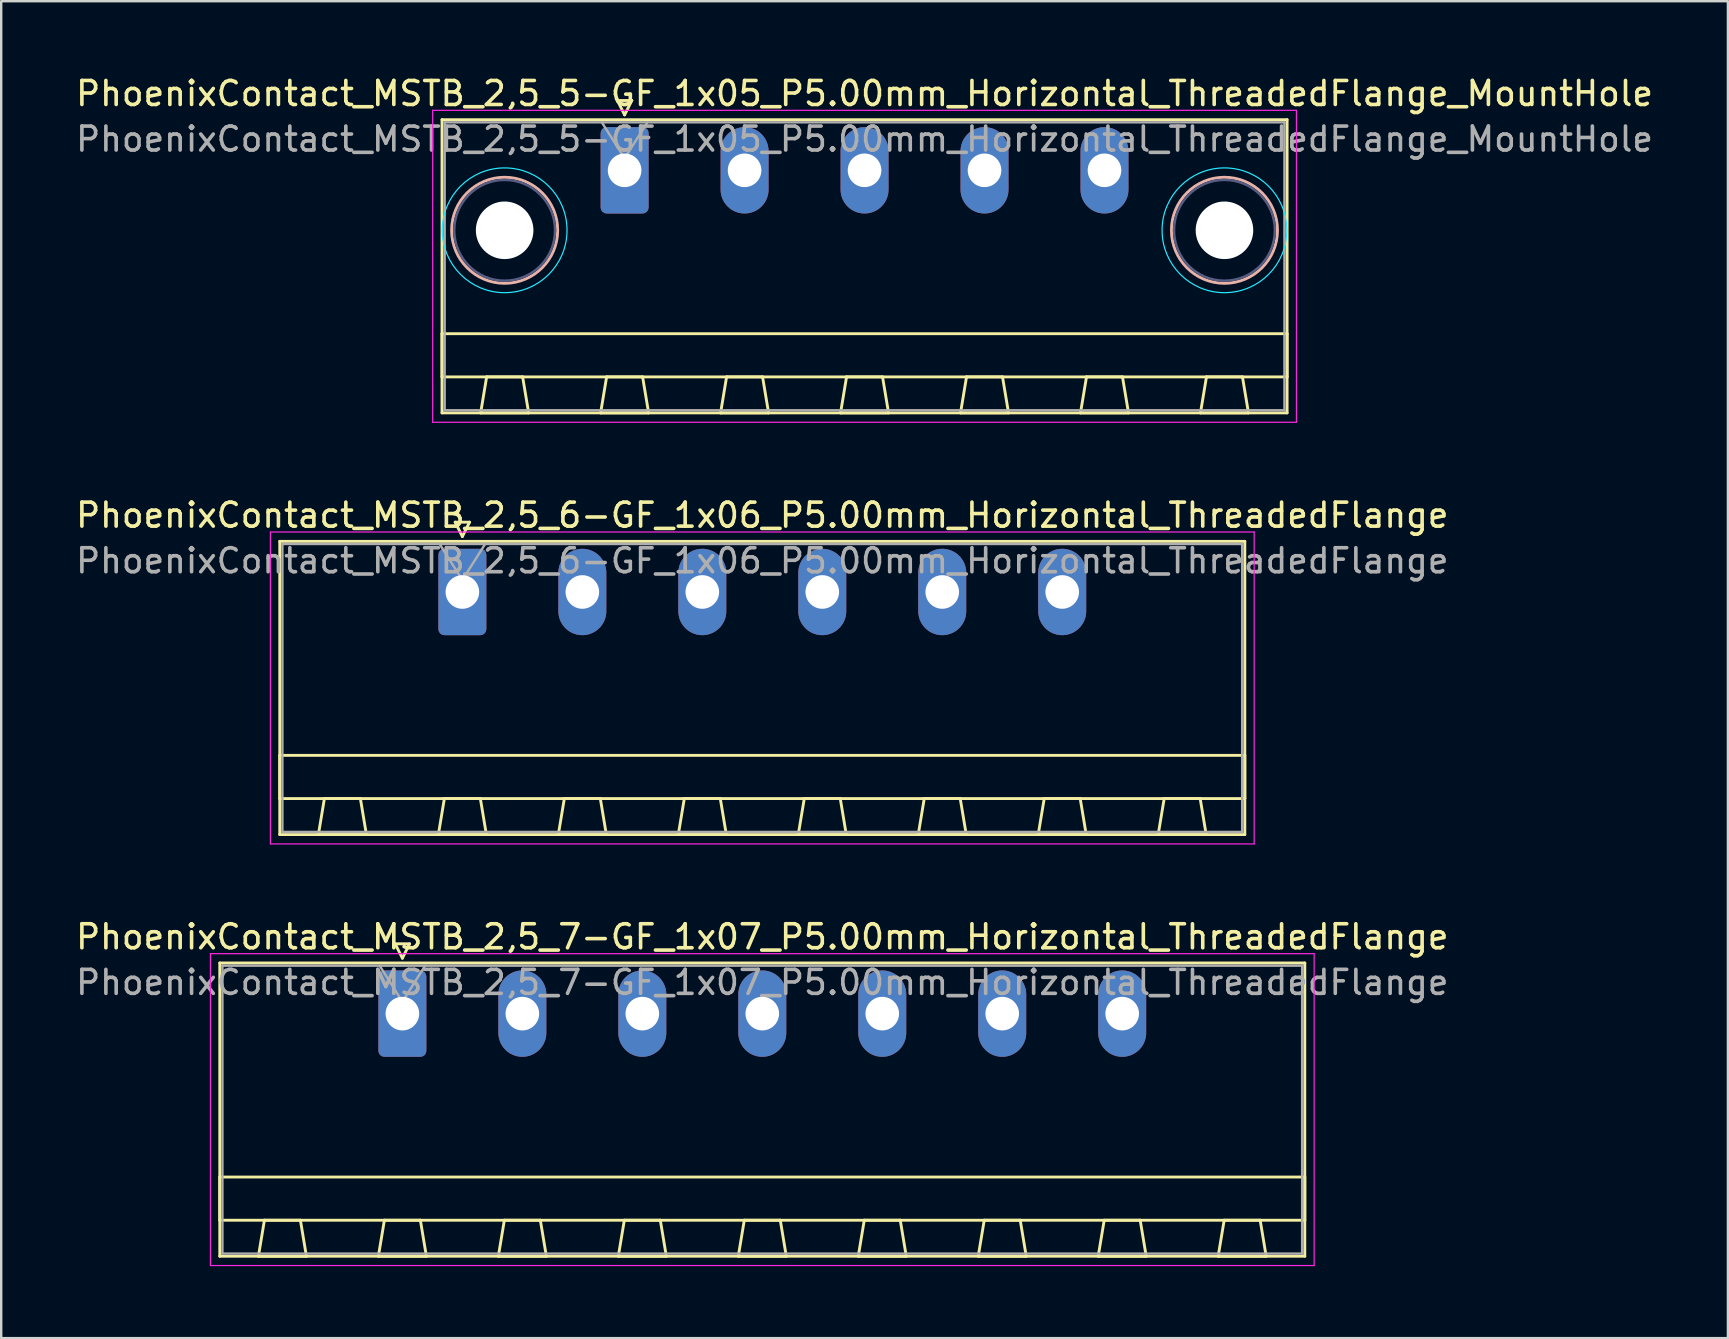
<source format=kicad_pcb>
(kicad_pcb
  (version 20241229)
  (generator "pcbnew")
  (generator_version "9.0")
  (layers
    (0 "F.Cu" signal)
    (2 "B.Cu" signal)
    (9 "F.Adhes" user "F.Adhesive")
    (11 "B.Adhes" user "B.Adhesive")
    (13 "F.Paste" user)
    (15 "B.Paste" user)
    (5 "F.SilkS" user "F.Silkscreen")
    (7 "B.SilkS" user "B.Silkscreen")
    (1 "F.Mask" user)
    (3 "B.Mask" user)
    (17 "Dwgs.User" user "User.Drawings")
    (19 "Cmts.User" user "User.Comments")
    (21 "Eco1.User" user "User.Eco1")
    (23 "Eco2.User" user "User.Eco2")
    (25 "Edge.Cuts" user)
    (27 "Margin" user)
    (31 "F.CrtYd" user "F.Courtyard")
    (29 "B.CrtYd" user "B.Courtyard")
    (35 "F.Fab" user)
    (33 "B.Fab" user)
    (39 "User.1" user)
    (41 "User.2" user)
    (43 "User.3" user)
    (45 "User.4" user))
  (footprint "PhoenixContact_MSTB_2,5_7-GF_1x07_P5.00mm_Horizontal_ThreadedFlange"
    (layer "F.Cu")
    (at 13.72 39.195)
    (property "Reference" "PhoenixContact_MSTB_2,5_7-GF_1x07_P5.00mm_Horizontal_ThreadedFlange" (at 15 -3.2 0) (layer "F.SilkS") (effects (font (size 1 1) (thickness 0.15))))
    (attr through_hole)
    (fp_line (start -7.61 -2.11) (end -7.61 10.11) (stroke (width 0.12) (type solid)) (layer "F.SilkS"))
    (fp_line (start -7.61 6.81) (end 37.61 6.81) (stroke (width 0.12) (type solid)) (layer "F.SilkS"))
    (fp_line (start -7.61 8.61) (end -7.61 6.81) (stroke (width 0.12) (type solid)) (layer "F.SilkS"))
    (fp_line (start -7.61 10.11) (end 37.61 10.11) (stroke (width 0.12) (type solid)) (layer "F.SilkS"))
    (fp_line (start -6 10.11) (end -4 10.11) (stroke (width 0.12) (type solid)) (layer "F.SilkS"))
    (fp_line (start -5.75 8.61) (end -6 10.11) (stroke (width 0.12) (type solid)) (layer "F.SilkS"))
    (fp_line (start -4.25 8.61) (end -5.75 8.61) (stroke (width 0.12) (type solid)) (layer "F.SilkS"))
    (fp_line (start -4 10.11) (end -4.25 8.61) (stroke (width 0.12) (type solid)) (layer "F.SilkS"))
    (fp_line (start -1 10.11) (end 1 10.11) (stroke (width 0.12) (type solid)) (layer "F.SilkS"))
    (fp_line (start -0.75 8.61) (end -1 10.11) (stroke (width 0.12) (type solid)) (layer "F.SilkS"))
    (fp_line (start -0.3 -2.91) (end 0.3 -2.91) (stroke (width 0.12) (type solid)) (layer "F.SilkS"))
    (fp_line (start 0 -2.31) (end -0.3 -2.91) (stroke (width 0.12) (type solid)) (layer "F.SilkS"))
    (fp_line (start 0.3 -2.91) (end 0 -2.31) (stroke (width 0.12) (type solid)) (layer "F.SilkS"))
    (fp_line (start 0.75 8.61) (end -0.75 8.61) (stroke (width 0.12) (type solid)) (layer "F.SilkS"))
    (fp_line (start 1 10.11) (end 0.75 8.61) (stroke (width 0.12) (type solid)) (layer "F.SilkS"))
    (fp_line (start 4 10.11) (end 6 10.11) (stroke (width 0.12) (type solid)) (layer "F.SilkS"))
    (fp_line (start 4.25 8.61) (end 4 10.11) (stroke (width 0.12) (type solid)) (layer "F.SilkS"))
    (fp_line (start 5.75 8.61) (end 4.25 8.61) (stroke (width 0.12) (type solid)) (layer "F.SilkS"))
    (fp_line (start 6 10.11) (end 5.75 8.61) (stroke (width 0.12) (type solid)) (layer "F.SilkS"))
    (fp_line (start 9 10.11) (end 11 10.11) (stroke (width 0.12) (type solid)) (layer "F.SilkS"))
    (fp_line (start 9.25 8.61) (end 9 10.11) (stroke (width 0.12) (type solid)) (layer "F.SilkS"))
    (fp_line (start 10.75 8.61) (end 9.25 8.61) (stroke (width 0.12) (type solid)) (layer "F.SilkS"))
    (fp_line (start 11 10.11) (end 10.75 8.61) (stroke (width 0.12) (type solid)) (layer "F.SilkS"))
    (fp_line (start 14 10.11) (end 16 10.11) (stroke (width 0.12) (type solid)) (layer "F.SilkS"))
    (fp_line (start 14.25 8.61) (end 14 10.11) (stroke (width 0.12) (type solid)) (layer "F.SilkS"))
    (fp_line (start 15.75 8.61) (end 14.25 8.61) (stroke (width 0.12) (type solid)) (layer "F.SilkS"))
    (fp_line (start 16 10.11) (end 15.75 8.61) (stroke (width 0.12) (type solid)) (layer "F.SilkS"))
    (fp_line (start 19 10.11) (end 21 10.11) (stroke (width 0.12) (type solid)) (layer "F.SilkS"))
    (fp_line (start 19.25 8.61) (end 19 10.11) (stroke (width 0.12) (type solid)) (layer "F.SilkS"))
    (fp_line (start 20.75 8.61) (end 19.25 8.61) (stroke (width 0.12) (type solid)) (layer "F.SilkS"))
    (fp_line (start 21 10.11) (end 20.75 8.61) (stroke (width 0.12) (type solid)) (layer "F.SilkS"))
    (fp_line (start 24 10.11) (end 26 10.11) (stroke (width 0.12) (type solid)) (layer "F.SilkS"))
    (fp_line (start 24.25 8.61) (end 24 10.11) (stroke (width 0.12) (type solid)) (layer "F.SilkS"))
    (fp_line (start 25.75 8.61) (end 24.25 8.61) (stroke (width 0.12) (type solid)) (layer "F.SilkS"))
    (fp_line (start 26 10.11) (end 25.75 8.61) (stroke (width 0.12) (type solid)) (layer "F.SilkS"))
    (fp_line (start 29 10.11) (end 31 10.11) (stroke (width 0.12) (type solid)) (layer "F.SilkS"))
    (fp_line (start 29.25 8.61) (end 29 10.11) (stroke (width 0.12) (type solid)) (layer "F.SilkS"))
    (fp_line (start 30.75 8.61) (end 29.25 8.61) (stroke (width 0.12) (type solid)) (layer "F.SilkS"))
    (fp_line (start 31 10.11) (end 30.75 8.61) (stroke (width 0.12) (type solid)) (layer "F.SilkS"))
    (fp_line (start 34 10.11) (end 36 10.11) (stroke (width 0.12) (type solid)) (layer "F.SilkS"))
    (fp_line (start 34.25 8.61) (end 34 10.11) (stroke (width 0.12) (type solid)) (layer "F.SilkS"))
    (fp_line (start 35.75 8.61) (end 34.25 8.61) (stroke (width 0.12) (type solid)) (layer "F.SilkS"))
    (fp_line (start 36 10.11) (end 35.75 8.61) (stroke (width 0.12) (type solid)) (layer "F.SilkS"))
    (fp_line (start 37.61 -2.11) (end -7.61 -2.11) (stroke (width 0.12) (type solid)) (layer "F.SilkS"))
    (fp_line (start 37.61 6.81) (end 37.61 8.61) (stroke (width 0.12) (type solid)) (layer "F.SilkS"))
    (fp_line (start 37.61 8.61) (end -7.61 8.61) (stroke (width 0.12) (type solid)) (layer "F.SilkS"))
    (fp_line (start 37.61 10.11) (end 37.61 -2.11) (stroke (width 0.12) (type solid)) (layer "F.SilkS"))
    (fp_line (start -8 -2.5) (end -8 10.5) (stroke (width 0.05) (type solid)) (layer "F.CrtYd"))
    (fp_line (start -8 10.5) (end 38 10.5) (stroke (width 0.05) (type solid)) (layer "F.CrtYd"))
    (fp_line (start 38 -2.5) (end -8 -2.5) (stroke (width 0.05) (type solid)) (layer "F.CrtYd"))
    (fp_line (start 38 10.5) (end 38 -2.5) (stroke (width 0.05) (type solid)) (layer "F.CrtYd"))
    (fp_line (start -7.5 -2) (end -7.5 10) (stroke (width 0.1) (type solid)) (layer "F.Fab"))
    (fp_line (start -7.5 10) (end 37.5 10) (stroke (width 0.1) (type solid)) (layer "F.Fab"))
    (fp_line (start 0 -0.5) (end -0.95 -2) (stroke (width 0.1) (type solid)) (layer "F.Fab"))
    (fp_line (start 0.95 -2) (end 0 -0.5) (stroke (width 0.1) (type solid)) (layer "F.Fab"))
    (fp_line (start 37.5 -2) (end -7.5 -2) (stroke (width 0.1) (type solid)) (layer "F.Fab"))
    (fp_line (start 37.5 10) (end 37.5 -2) (stroke (width 0.1) (type solid)) (layer "F.Fab"))
    (fp_text user "${REFERENCE}" (at 15 -1.3 0) (layer "F.Fab") (effects (font (size 1 1) (thickness 0.15))))
    (pad "1" thru_hole roundrect (at 0 0) (size 2 3.6) (drill 1.4) (layers "*.Cu" "*.Mask") (roundrect_rratio 0.125))
    (pad "2" thru_hole oval (at 5 0) (size 2 3.6) (drill 1.4) (layers "*.Cu" "*.Mask"))
    (pad "3" thru_hole oval (at 10 0) (size 2 3.6) (drill 1.4) (layers "*.Cu" "*.Mask"))
    (pad "4" thru_hole oval (at 15 0) (size 2 3.6) (drill 1.4) (layers "*.Cu" "*.Mask"))
    (pad "5" thru_hole oval (at 20 0) (size 2 3.6) (drill 1.4) (layers "*.Cu" "*.Mask"))
    (pad "6" thru_hole oval (at 25 0) (size 2 3.6) (drill 1.4) (layers "*.Cu" "*.Mask"))
    (pad "7" thru_hole oval (at 30 0) (size 2 3.6) (drill 1.4) (layers "*.Cu" "*.Mask")))
  (footprint "PhoenixContact_MSTB_2,5_5-GF_1x05_P5.00mm_Horizontal_ThreadedFlange_MountHole"
    (layer "F.Cu")
    (at 22.982 4.048)
    (property "Reference" "PhoenixContact_MSTB_2,5_5-GF_1x05_P5.00mm_Horizontal_ThreadedFlange_MountHole" (at 10 -3.2 0) (layer "F.SilkS") (effects (font (size 1 1) (thickness 0.15))))
    (attr through_hole)
    (fp_line (start -7.61 -2.11) (end -7.61 10.11) (stroke (width 0.12) (type solid)) (layer "F.SilkS"))
    (fp_line (start -7.61 6.81) (end 27.61 6.81) (stroke (width 0.12) (type solid)) (layer "F.SilkS"))
    (fp_line (start -7.61 8.61) (end -7.61 6.81) (stroke (width 0.12) (type solid)) (layer "F.SilkS"))
    (fp_line (start -7.61 10.11) (end 27.61 10.11) (stroke (width 0.12) (type solid)) (layer "F.SilkS"))
    (fp_line (start -6 10.11) (end -4 10.11) (stroke (width 0.12) (type solid)) (layer "F.SilkS"))
    (fp_line (start -5.75 8.61) (end -6 10.11) (stroke (width 0.12) (type solid)) (layer "F.SilkS"))
    (fp_line (start -4.25 8.61) (end -5.75 8.61) (stroke (width 0.12) (type solid)) (layer "F.SilkS"))
    (fp_line (start -4 10.11) (end -4.25 8.61) (stroke (width 0.12) (type solid)) (layer "F.SilkS"))
    (fp_line (start -1 10.11) (end 1 10.11) (stroke (width 0.12) (type solid)) (layer "F.SilkS"))
    (fp_line (start -0.75 8.61) (end -1 10.11) (stroke (width 0.12) (type solid)) (layer "F.SilkS"))
    (fp_line (start -0.3 -2.91) (end 0.3 -2.91) (stroke (width 0.12) (type solid)) (layer "F.SilkS"))
    (fp_line (start 0 -2.31) (end -0.3 -2.91) (stroke (width 0.12) (type solid)) (layer "F.SilkS"))
    (fp_line (start 0.3 -2.91) (end 0 -2.31) (stroke (width 0.12) (type solid)) (layer "F.SilkS"))
    (fp_line (start 0.75 8.61) (end -0.75 8.61) (stroke (width 0.12) (type solid)) (layer "F.SilkS"))
    (fp_line (start 1 10.11) (end 0.75 8.61) (stroke (width 0.12) (type solid)) (layer "F.SilkS"))
    (fp_line (start 4 10.11) (end 6 10.11) (stroke (width 0.12) (type solid)) (layer "F.SilkS"))
    (fp_line (start 4.25 8.61) (end 4 10.11) (stroke (width 0.12) (type solid)) (layer "F.SilkS"))
    (fp_line (start 5.75 8.61) (end 4.25 8.61) (stroke (width 0.12) (type solid)) (layer "F.SilkS"))
    (fp_line (start 6 10.11) (end 5.75 8.61) (stroke (width 0.12) (type solid)) (layer "F.SilkS"))
    (fp_line (start 9 10.11) (end 11 10.11) (stroke (width 0.12) (type solid)) (layer "F.SilkS"))
    (fp_line (start 9.25 8.61) (end 9 10.11) (stroke (width 0.12) (type solid)) (layer "F.SilkS"))
    (fp_line (start 10.75 8.61) (end 9.25 8.61) (stroke (width 0.12) (type solid)) (layer "F.SilkS"))
    (fp_line (start 11 10.11) (end 10.75 8.61) (stroke (width 0.12) (type solid)) (layer "F.SilkS"))
    (fp_line (start 14 10.11) (end 16 10.11) (stroke (width 0.12) (type solid)) (layer "F.SilkS"))
    (fp_line (start 14.25 8.61) (end 14 10.11) (stroke (width 0.12) (type solid)) (layer "F.SilkS"))
    (fp_line (start 15.75 8.61) (end 14.25 8.61) (stroke (width 0.12) (type solid)) (layer "F.SilkS"))
    (fp_line (start 16 10.11) (end 15.75 8.61) (stroke (width 0.12) (type solid)) (layer "F.SilkS"))
    (fp_line (start 19 10.11) (end 21 10.11) (stroke (width 0.12) (type solid)) (layer "F.SilkS"))
    (fp_line (start 19.25 8.61) (end 19 10.11) (stroke (width 0.12) (type solid)) (layer "F.SilkS"))
    (fp_line (start 20.75 8.61) (end 19.25 8.61) (stroke (width 0.12) (type solid)) (layer "F.SilkS"))
    (fp_line (start 21 10.11) (end 20.75 8.61) (stroke (width 0.12) (type solid)) (layer "F.SilkS"))
    (fp_line (start 24 10.11) (end 26 10.11) (stroke (width 0.12) (type solid)) (layer "F.SilkS"))
    (fp_line (start 24.25 8.61) (end 24 10.11) (stroke (width 0.12) (type solid)) (layer "F.SilkS"))
    (fp_line (start 25.75 8.61) (end 24.25 8.61) (stroke (width 0.12) (type solid)) (layer "F.SilkS"))
    (fp_line (start 26 10.11) (end 25.75 8.61) (stroke (width 0.12) (type solid)) (layer "F.SilkS"))
    (fp_line (start 27.61 -2.11) (end -7.61 -2.11) (stroke (width 0.12) (type solid)) (layer "F.SilkS"))
    (fp_line (start 27.61 6.81) (end 27.61 8.61) (stroke (width 0.12) (type solid)) (layer "F.SilkS"))
    (fp_line (start 27.61 8.61) (end -7.61 8.61) (stroke (width 0.12) (type solid)) (layer "F.SilkS"))
    (fp_line (start 27.61 10.11) (end 27.61 -2.11) (stroke (width 0.12) (type solid)) (layer "F.SilkS"))
    (fp_circle (center -5 2.5) (end -2.79 2.5) (stroke (width 0.12) (type solid)) (fill no) (layer "B.SilkS"))
    (fp_circle (center 25 2.5) (end 27.21 2.5) (stroke (width 0.12) (type solid)) (fill no) (layer "B.SilkS"))
    (fp_circle (center -5 2.5) (end -2.4 2.5) (stroke (width 0.05) (type solid)) (fill no) (layer "B.CrtYd"))
    (fp_circle (center 25 2.5) (end 27.6 2.5) (stroke (width 0.05) (type solid)) (fill no) (layer "B.CrtYd"))
    (fp_line (start -8 -2.5) (end -8 10.5) (stroke (width 0.05) (type solid)) (layer "F.CrtYd"))
    (fp_line (start -8 10.5) (end 28 10.5) (stroke (width 0.05) (type solid)) (layer "F.CrtYd"))
    (fp_line (start 28 -2.5) (end -8 -2.5) (stroke (width 0.05) (type solid)) (layer "F.CrtYd"))
    (fp_line (start 28 10.5) (end 28 -2.5) (stroke (width 0.05) (type solid)) (layer "F.CrtYd"))
    (fp_circle (center -5 2.5) (end -2.9 2.5) (stroke (width 0.1) (type solid)) (fill no) (layer "B.Fab"))
    (fp_circle (center 25 2.5) (end 27.1 2.5) (stroke (width 0.1) (type solid)) (fill no) (layer "B.Fab"))
    (fp_line (start -7.5 -2) (end -7.5 10) (stroke (width 0.1) (type solid)) (layer "F.Fab"))
    (fp_line (start -7.5 10) (end 27.5 10) (stroke (width 0.1) (type solid)) (layer "F.Fab"))
    (fp_line (start 0 -0.5) (end -0.95 -2) (stroke (width 0.1) (type solid)) (layer "F.Fab"))
    (fp_line (start 0.95 -2) (end 0 -0.5) (stroke (width 0.1) (type solid)) (layer "F.Fab"))
    (fp_line (start 27.5 -2) (end -7.5 -2) (stroke (width 0.1) (type solid)) (layer "F.Fab"))
    (fp_line (start 27.5 10) (end 27.5 -2) (stroke (width 0.1) (type solid)) (layer "F.Fab"))
    (fp_text user "${REFERENCE}" (at 10 -1.3 0) (layer "F.Fab") (effects (font (size 1 1) (thickness 0.15))))
    (pad "" np_thru_hole circle (at -5 2.5) (size 2.4 2.4) (drill 2.4) (layers "*.Cu" "*.Mask"))
    (pad "" np_thru_hole circle (at 25 2.5) (size 2.4 2.4) (drill 2.4) (layers "*.Cu" "*.Mask"))
    (pad "1" thru_hole roundrect (at 0 0) (size 2 3.6) (drill 1.4) (layers "*.Cu" "*.Mask") (roundrect_rratio 0.125))
    (pad "2" thru_hole oval (at 5 0) (size 2 3.6) (drill 1.4) (layers "*.Cu" "*.Mask"))
    (pad "3" thru_hole oval (at 10 0) (size 2 3.6) (drill 1.4) (layers "*.Cu" "*.Mask"))
    (pad "4" thru_hole oval (at 15 0) (size 2 3.6) (drill 1.4) (layers "*.Cu" "*.Mask"))
    (pad "5" thru_hole oval (at 20 0) (size 2 3.6) (drill 1.4) (layers "*.Cu" "*.Mask")))
  (footprint "PhoenixContact_MSTB_2,5_6-GF_1x06_P5.00mm_Horizontal_ThreadedFlange"
    (layer "F.Cu")
    (at 16.22 21.622)
    (property "Reference" "PhoenixContact_MSTB_2,5_6-GF_1x06_P5.00mm_Horizontal_ThreadedFlange" (at 12.5 -3.2 0) (layer "F.SilkS") (effects (font (size 1 1) (thickness 0.15))))
    (attr through_hole)
    (fp_line (start -7.61 -2.11) (end -7.61 10.11) (stroke (width 0.12) (type solid)) (layer "F.SilkS"))
    (fp_line (start -7.61 6.81) (end 32.61 6.81) (stroke (width 0.12) (type solid)) (layer "F.SilkS"))
    (fp_line (start -7.61 8.61) (end -7.61 6.81) (stroke (width 0.12) (type solid)) (layer "F.SilkS"))
    (fp_line (start -7.61 10.11) (end 32.61 10.11) (stroke (width 0.12) (type solid)) (layer "F.SilkS"))
    (fp_line (start -6 10.11) (end -4 10.11) (stroke (width 0.12) (type solid)) (layer "F.SilkS"))
    (fp_line (start -5.75 8.61) (end -6 10.11) (stroke (width 0.12) (type solid)) (layer "F.SilkS"))
    (fp_line (start -4.25 8.61) (end -5.75 8.61) (stroke (width 0.12) (type solid)) (layer "F.SilkS"))
    (fp_line (start -4 10.11) (end -4.25 8.61) (stroke (width 0.12) (type solid)) (layer "F.SilkS"))
    (fp_line (start -1 10.11) (end 1 10.11) (stroke (width 0.12) (type solid)) (layer "F.SilkS"))
    (fp_line (start -0.75 8.61) (end -1 10.11) (stroke (width 0.12) (type solid)) (layer "F.SilkS"))
    (fp_line (start -0.3 -2.91) (end 0.3 -2.91) (stroke (width 0.12) (type solid)) (layer "F.SilkS"))
    (fp_line (start 0 -2.31) (end -0.3 -2.91) (stroke (width 0.12) (type solid)) (layer "F.SilkS"))
    (fp_line (start 0.3 -2.91) (end 0 -2.31) (stroke (width 0.12) (type solid)) (layer "F.SilkS"))
    (fp_line (start 0.75 8.61) (end -0.75 8.61) (stroke (width 0.12) (type solid)) (layer "F.SilkS"))
    (fp_line (start 1 10.11) (end 0.75 8.61) (stroke (width 0.12) (type solid)) (layer "F.SilkS"))
    (fp_line (start 4 10.11) (end 6 10.11) (stroke (width 0.12) (type solid)) (layer "F.SilkS"))
    (fp_line (start 4.25 8.61) (end 4 10.11) (stroke (width 0.12) (type solid)) (layer "F.SilkS"))
    (fp_line (start 5.75 8.61) (end 4.25 8.61) (stroke (width 0.12) (type solid)) (layer "F.SilkS"))
    (fp_line (start 6 10.11) (end 5.75 8.61) (stroke (width 0.12) (type solid)) (layer "F.SilkS"))
    (fp_line (start 9 10.11) (end 11 10.11) (stroke (width 0.12) (type solid)) (layer "F.SilkS"))
    (fp_line (start 9.25 8.61) (end 9 10.11) (stroke (width 0.12) (type solid)) (layer "F.SilkS"))
    (fp_line (start 10.75 8.61) (end 9.25 8.61) (stroke (width 0.12) (type solid)) (layer "F.SilkS"))
    (fp_line (start 11 10.11) (end 10.75 8.61) (stroke (width 0.12) (type solid)) (layer "F.SilkS"))
    (fp_line (start 14 10.11) (end 16 10.11) (stroke (width 0.12) (type solid)) (layer "F.SilkS"))
    (fp_line (start 14.25 8.61) (end 14 10.11) (stroke (width 0.12) (type solid)) (layer "F.SilkS"))
    (fp_line (start 15.75 8.61) (end 14.25 8.61) (stroke (width 0.12) (type solid)) (layer "F.SilkS"))
    (fp_line (start 16 10.11) (end 15.75 8.61) (stroke (width 0.12) (type solid)) (layer "F.SilkS"))
    (fp_line (start 19 10.11) (end 21 10.11) (stroke (width 0.12) (type solid)) (layer "F.SilkS"))
    (fp_line (start 19.25 8.61) (end 19 10.11) (stroke (width 0.12) (type solid)) (layer "F.SilkS"))
    (fp_line (start 20.75 8.61) (end 19.25 8.61) (stroke (width 0.12) (type solid)) (layer "F.SilkS"))
    (fp_line (start 21 10.11) (end 20.75 8.61) (stroke (width 0.12) (type solid)) (layer "F.SilkS"))
    (fp_line (start 24 10.11) (end 26 10.11) (stroke (width 0.12) (type solid)) (layer "F.SilkS"))
    (fp_line (start 24.25 8.61) (end 24 10.11) (stroke (width 0.12) (type solid)) (layer "F.SilkS"))
    (fp_line (start 25.75 8.61) (end 24.25 8.61) (stroke (width 0.12) (type solid)) (layer "F.SilkS"))
    (fp_line (start 26 10.11) (end 25.75 8.61) (stroke (width 0.12) (type solid)) (layer "F.SilkS"))
    (fp_line (start 29 10.11) (end 31 10.11) (stroke (width 0.12) (type solid)) (layer "F.SilkS"))
    (fp_line (start 29.25 8.61) (end 29 10.11) (stroke (width 0.12) (type solid)) (layer "F.SilkS"))
    (fp_line (start 30.75 8.61) (end 29.25 8.61) (stroke (width 0.12) (type solid)) (layer "F.SilkS"))
    (fp_line (start 31 10.11) (end 30.75 8.61) (stroke (width 0.12) (type solid)) (layer "F.SilkS"))
    (fp_line (start 32.61 -2.11) (end -7.61 -2.11) (stroke (width 0.12) (type solid)) (layer "F.SilkS"))
    (fp_line (start 32.61 6.81) (end 32.61 8.61) (stroke (width 0.12) (type solid)) (layer "F.SilkS"))
    (fp_line (start 32.61 8.61) (end -7.61 8.61) (stroke (width 0.12) (type solid)) (layer "F.SilkS"))
    (fp_line (start 32.61 10.11) (end 32.61 -2.11) (stroke (width 0.12) (type solid)) (layer "F.SilkS"))
    (fp_line (start -8 -2.5) (end -8 10.5) (stroke (width 0.05) (type solid)) (layer "F.CrtYd"))
    (fp_line (start -8 10.5) (end 33 10.5) (stroke (width 0.05) (type solid)) (layer "F.CrtYd"))
    (fp_line (start 33 -2.5) (end -8 -2.5) (stroke (width 0.05) (type solid)) (layer "F.CrtYd"))
    (fp_line (start 33 10.5) (end 33 -2.5) (stroke (width 0.05) (type solid)) (layer "F.CrtYd"))
    (fp_line (start -7.5 -2) (end -7.5 10) (stroke (width 0.1) (type solid)) (layer "F.Fab"))
    (fp_line (start -7.5 10) (end 32.5 10) (stroke (width 0.1) (type solid)) (layer "F.Fab"))
    (fp_line (start 0 -0.5) (end -0.95 -2) (stroke (width 0.1) (type solid)) (layer "F.Fab"))
    (fp_line (start 0.95 -2) (end 0 -0.5) (stroke (width 0.1) (type solid)) (layer "F.Fab"))
    (fp_line (start 32.5 -2) (end -7.5 -2) (stroke (width 0.1) (type solid)) (layer "F.Fab"))
    (fp_line (start 32.5 10) (end 32.5 -2) (stroke (width 0.1) (type solid)) (layer "F.Fab"))
    (fp_text user "${REFERENCE}" (at 12.5 -1.3 0) (layer "F.Fab") (effects (font (size 1 1) (thickness 0.15))))
    (pad "1" thru_hole roundrect (at 0 0) (size 2 3.6) (drill 1.4) (layers "*.Cu" "*.Mask") (roundrect_rratio 0.125))
    (pad "2" thru_hole oval (at 5 0) (size 2 3.6) (drill 1.4) (layers "*.Cu" "*.Mask"))
    (pad "3" thru_hole oval (at 10 0) (size 2 3.6) (drill 1.4) (layers "*.Cu" "*.Mask"))
    (pad "4" thru_hole oval (at 15 0) (size 2 3.6) (drill 1.4) (layers "*.Cu" "*.Mask"))
    (pad "5" thru_hole oval (at 20 0) (size 2 3.6) (drill 1.4) (layers "*.Cu" "*.Mask"))
    (pad "6" thru_hole oval (at 25 0) (size 2 3.6) (drill 1.4) (layers "*.Cu" "*.Mask")))
  (gr_rect
    (start -3 -3)
    (end 68.964 52.72)
    (stroke (width 0.1) (type default))
    (fill no)
    (layer "Edge.Cuts")))
</source>
